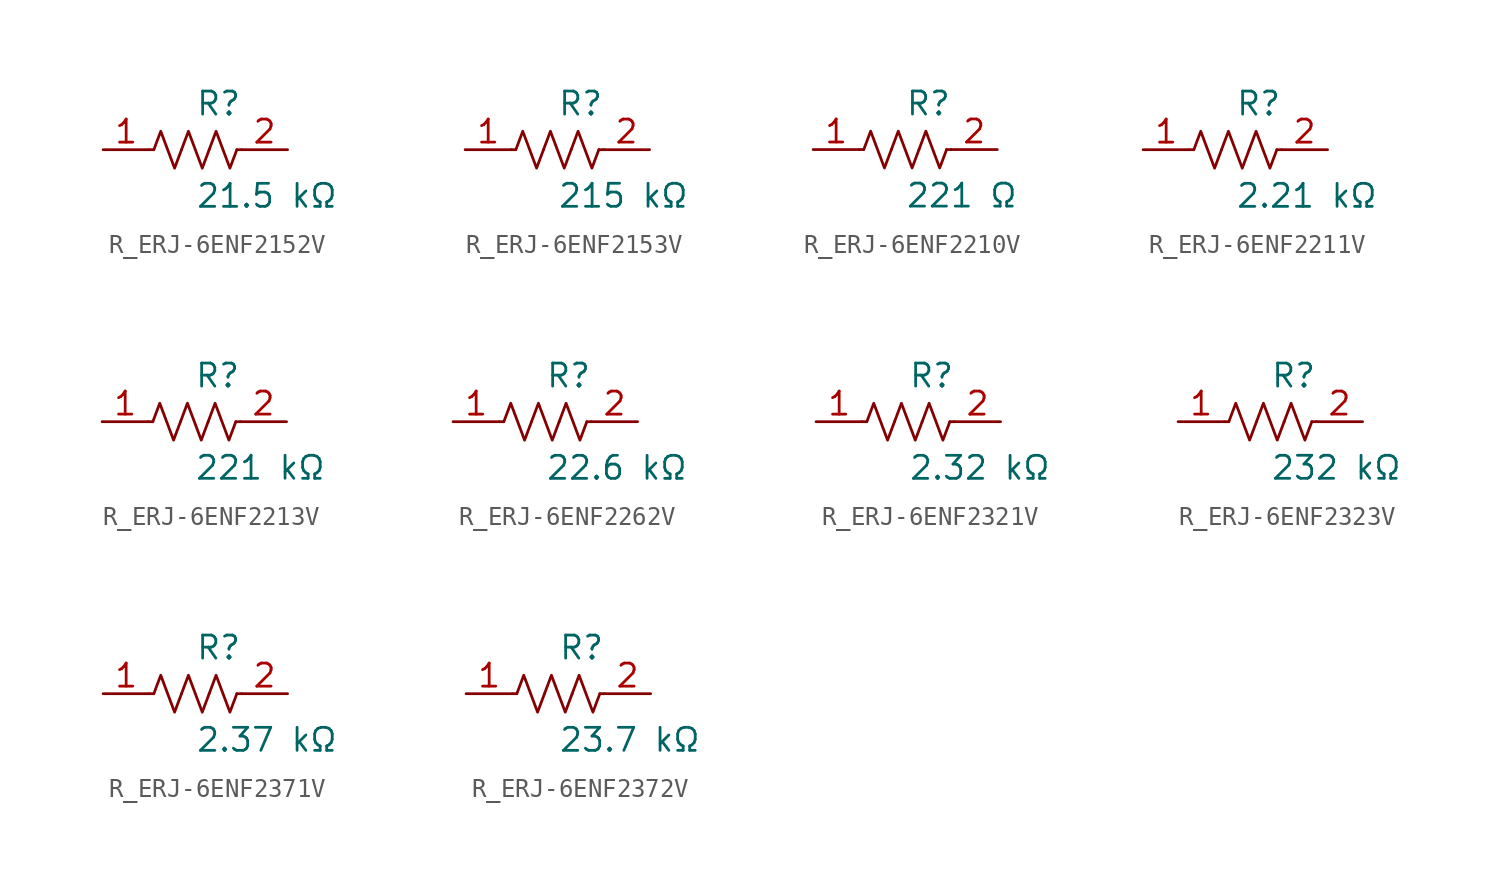
<source format=kicad_sym>
(kicad_symbol_lib
  (version 20231120)
  (generator kicad_symbol_editor)
  (generator_version 8.0)
  (symbol "R_ERJ-6ENF2152V"
    (pin_names
      (offset 0.254))
    (property "Reference" "R"
      (at 0.0 2.54 0)
      (effects (font (size 1.27 1.27)) (justify left)))
    (property "Value" "21.5 kΩ"
      (at 0.0 -2.54 0)
      (effects (font (size 1.27 1.27)) (justify left)))
    (symbol "R_ERJ-6ENF2152V_0_1"
      (polyline (pts (xy 2.286 0) (xy 2.54 0)) (stroke (width 0) (type default)) (fill (type none)))
      (polyline (pts (xy -2.286 0) (xy -2.54 0)) (stroke (width 0) (type default)) (fill (type none)))
      (polyline (pts (xy 0.762 0) (xy 1.143 1.016) (xy 1.524 0) (xy 1.905 -1.016) (xy 2.286 0)) (stroke (width 0) (type default)) (fill (type none)))
      (polyline (pts (xy -0.762 0) (xy -0.381 1.016) (xy 0 0) (xy 0.381 -1.016) (xy 0.762 0)) (stroke (width 0) (type default)) (fill (type none)))
      (polyline (pts (xy -2.286 0) (xy -1.905 1.016) (xy -1.524 0) (xy -1.143 -1.016) (xy -0.762 0)) (stroke (width 0) (type default)) (fill (type none))))
    (pin unspecified line
      (at -5.08 0 0)
      (length 2.54)
      (name "" (effects (font (size 1.27 1.27))))
      (number "1" (effects (font (size 1.27 1.27)))))
    (pin unspecified line
      (at 5.08 0 180)
      (length 2.54)
      (name "" (effects (font (size 1.27 1.27))))
      (number "2" (effects (font (size 1.27 1.27))))))
  (symbol "R_ERJ-6ENF2153V"
    (pin_names
      (offset 0.254))
    (property "Reference" "R"
      (at 0.0 2.54 0)
      (effects (font (size 1.27 1.27)) (justify left)))
    (property "Value" "215 kΩ"
      (at 0.0 -2.54 0)
      (effects (font (size 1.27 1.27)) (justify left)))
    (symbol "R_ERJ-6ENF2153V_0_1"
      (polyline (pts (xy 2.286 0) (xy 2.54 0)) (stroke (width 0) (type default)) (fill (type none)))
      (polyline (pts (xy -2.286 0) (xy -2.54 0)) (stroke (width 0) (type default)) (fill (type none)))
      (polyline (pts (xy 0.762 0) (xy 1.143 1.016) (xy 1.524 0) (xy 1.905 -1.016) (xy 2.286 0)) (stroke (width 0) (type default)) (fill (type none)))
      (polyline (pts (xy -0.762 0) (xy -0.381 1.016) (xy 0 0) (xy 0.381 -1.016) (xy 0.762 0)) (stroke (width 0) (type default)) (fill (type none)))
      (polyline (pts (xy -2.286 0) (xy -1.905 1.016) (xy -1.524 0) (xy -1.143 -1.016) (xy -0.762 0)) (stroke (width 0) (type default)) (fill (type none))))
    (pin unspecified line
      (at -5.08 0 0)
      (length 2.54)
      (name "" (effects (font (size 1.27 1.27))))
      (number "1" (effects (font (size 1.27 1.27)))))
    (pin unspecified line
      (at 5.08 0 180)
      (length 2.54)
      (name "" (effects (font (size 1.27 1.27))))
      (number "2" (effects (font (size 1.27 1.27))))))
  (symbol "R_ERJ-6ENF2210V"
    (pin_names
      (offset 0.254))
    (property "Reference" "R"
      (at 0.0 2.54 0)
      (effects (font (size 1.27 1.27)) (justify left)))
    (property "Value" "221 Ω"
      (at 0.0 -2.54 0)
      (effects (font (size 1.27 1.27)) (justify left)))
    (symbol "R_ERJ-6ENF2210V_0_1"
      (polyline (pts (xy 2.286 0) (xy 2.54 0)) (stroke (width 0) (type default)) (fill (type none)))
      (polyline (pts (xy -2.286 0) (xy -2.54 0)) (stroke (width 0) (type default)) (fill (type none)))
      (polyline (pts (xy 0.762 0) (xy 1.143 1.016) (xy 1.524 0) (xy 1.905 -1.016) (xy 2.286 0)) (stroke (width 0) (type default)) (fill (type none)))
      (polyline (pts (xy -0.762 0) (xy -0.381 1.016) (xy 0 0) (xy 0.381 -1.016) (xy 0.762 0)) (stroke (width 0) (type default)) (fill (type none)))
      (polyline (pts (xy -2.286 0) (xy -1.905 1.016) (xy -1.524 0) (xy -1.143 -1.016) (xy -0.762 0)) (stroke (width 0) (type default)) (fill (type none))))
    (pin unspecified line
      (at -5.08 0 0)
      (length 2.54)
      (name "" (effects (font (size 1.27 1.27))))
      (number "1" (effects (font (size 1.27 1.27)))))
    (pin unspecified line
      (at 5.08 0 180)
      (length 2.54)
      (name "" (effects (font (size 1.27 1.27))))
      (number "2" (effects (font (size 1.27 1.27))))))
  (symbol "R_ERJ-6ENF2211V"
    (pin_names
      (offset 0.254))
    (property "Reference" "R"
      (at 0.0 2.54 0)
      (effects (font (size 1.27 1.27)) (justify left)))
    (property "Value" "2.21 kΩ"
      (at 0.0 -2.54 0)
      (effects (font (size 1.27 1.27)) (justify left)))
    (symbol "R_ERJ-6ENF2211V_0_1"
      (polyline (pts (xy 2.286 0) (xy 2.54 0)) (stroke (width 0) (type default)) (fill (type none)))
      (polyline (pts (xy -2.286 0) (xy -2.54 0)) (stroke (width 0) (type default)) (fill (type none)))
      (polyline (pts (xy 0.762 0) (xy 1.143 1.016) (xy 1.524 0) (xy 1.905 -1.016) (xy 2.286 0)) (stroke (width 0) (type default)) (fill (type none)))
      (polyline (pts (xy -0.762 0) (xy -0.381 1.016) (xy 0 0) (xy 0.381 -1.016) (xy 0.762 0)) (stroke (width 0) (type default)) (fill (type none)))
      (polyline (pts (xy -2.286 0) (xy -1.905 1.016) (xy -1.524 0) (xy -1.143 -1.016) (xy -0.762 0)) (stroke (width 0) (type default)) (fill (type none))))
    (pin unspecified line
      (at -5.08 0 0)
      (length 2.54)
      (name "" (effects (font (size 1.27 1.27))))
      (number "1" (effects (font (size 1.27 1.27)))))
    (pin unspecified line
      (at 5.08 0 180)
      (length 2.54)
      (name "" (effects (font (size 1.27 1.27))))
      (number "2" (effects (font (size 1.27 1.27))))))
  (symbol "R_ERJ-6ENF2213V"
    (pin_names
      (offset 0.254))
    (property "Reference" "R"
      (at 0.0 2.54 0)
      (effects (font (size 1.27 1.27)) (justify left)))
    (property "Value" "221 kΩ"
      (at 0.0 -2.54 0)
      (effects (font (size 1.27 1.27)) (justify left)))
    (symbol "R_ERJ-6ENF2213V_0_1"
      (polyline (pts (xy 2.286 0) (xy 2.54 0)) (stroke (width 0) (type default)) (fill (type none)))
      (polyline (pts (xy -2.286 0) (xy -2.54 0)) (stroke (width 0) (type default)) (fill (type none)))
      (polyline (pts (xy 0.762 0) (xy 1.143 1.016) (xy 1.524 0) (xy 1.905 -1.016) (xy 2.286 0)) (stroke (width 0) (type default)) (fill (type none)))
      (polyline (pts (xy -0.762 0) (xy -0.381 1.016) (xy 0 0) (xy 0.381 -1.016) (xy 0.762 0)) (stroke (width 0) (type default)) (fill (type none)))
      (polyline (pts (xy -2.286 0) (xy -1.905 1.016) (xy -1.524 0) (xy -1.143 -1.016) (xy -0.762 0)) (stroke (width 0) (type default)) (fill (type none))))
    (pin unspecified line
      (at -5.08 0 0)
      (length 2.54)
      (name "" (effects (font (size 1.27 1.27))))
      (number "1" (effects (font (size 1.27 1.27)))))
    (pin unspecified line
      (at 5.08 0 180)
      (length 2.54)
      (name "" (effects (font (size 1.27 1.27))))
      (number "2" (effects (font (size 1.27 1.27))))))
  (symbol "R_ERJ-6ENF2262V"
    (pin_names
      (offset 0.254))
    (property "Reference" "R"
      (at 0.0 2.54 0)
      (effects (font (size 1.27 1.27)) (justify left)))
    (property "Value" "22.6 kΩ"
      (at 0.0 -2.54 0)
      (effects (font (size 1.27 1.27)) (justify left)))
    (symbol "R_ERJ-6ENF2262V_0_1"
      (polyline (pts (xy 2.286 0) (xy 2.54 0)) (stroke (width 0) (type default)) (fill (type none)))
      (polyline (pts (xy -2.286 0) (xy -2.54 0)) (stroke (width 0) (type default)) (fill (type none)))
      (polyline (pts (xy 0.762 0) (xy 1.143 1.016) (xy 1.524 0) (xy 1.905 -1.016) (xy 2.286 0)) (stroke (width 0) (type default)) (fill (type none)))
      (polyline (pts (xy -0.762 0) (xy -0.381 1.016) (xy 0 0) (xy 0.381 -1.016) (xy 0.762 0)) (stroke (width 0) (type default)) (fill (type none)))
      (polyline (pts (xy -2.286 0) (xy -1.905 1.016) (xy -1.524 0) (xy -1.143 -1.016) (xy -0.762 0)) (stroke (width 0) (type default)) (fill (type none))))
    (pin unspecified line
      (at -5.08 0 0)
      (length 2.54)
      (name "" (effects (font (size 1.27 1.27))))
      (number "1" (effects (font (size 1.27 1.27)))))
    (pin unspecified line
      (at 5.08 0 180)
      (length 2.54)
      (name "" (effects (font (size 1.27 1.27))))
      (number "2" (effects (font (size 1.27 1.27))))))
  (symbol "R_ERJ-6ENF2321V"
    (pin_names
      (offset 0.254))
    (property "Reference" "R"
      (at 0.0 2.54 0)
      (effects (font (size 1.27 1.27)) (justify left)))
    (property "Value" "2.32 kΩ"
      (at 0.0 -2.54 0)
      (effects (font (size 1.27 1.27)) (justify left)))
    (symbol "R_ERJ-6ENF2321V_0_1"
      (polyline (pts (xy 2.286 0) (xy 2.54 0)) (stroke (width 0) (type default)) (fill (type none)))
      (polyline (pts (xy -2.286 0) (xy -2.54 0)) (stroke (width 0) (type default)) (fill (type none)))
      (polyline (pts (xy 0.762 0) (xy 1.143 1.016) (xy 1.524 0) (xy 1.905 -1.016) (xy 2.286 0)) (stroke (width 0) (type default)) (fill (type none)))
      (polyline (pts (xy -0.762 0) (xy -0.381 1.016) (xy 0 0) (xy 0.381 -1.016) (xy 0.762 0)) (stroke (width 0) (type default)) (fill (type none)))
      (polyline (pts (xy -2.286 0) (xy -1.905 1.016) (xy -1.524 0) (xy -1.143 -1.016) (xy -0.762 0)) (stroke (width 0) (type default)) (fill (type none))))
    (pin unspecified line
      (at -5.08 0 0)
      (length 2.54)
      (name "" (effects (font (size 1.27 1.27))))
      (number "1" (effects (font (size 1.27 1.27)))))
    (pin unspecified line
      (at 5.08 0 180)
      (length 2.54)
      (name "" (effects (font (size 1.27 1.27))))
      (number "2" (effects (font (size 1.27 1.27))))))
  (symbol "R_ERJ-6ENF2323V"
    (pin_names
      (offset 0.254))
    (property "Reference" "R"
      (at 0.0 2.54 0)
      (effects (font (size 1.27 1.27)) (justify left)))
    (property "Value" "232 kΩ"
      (at 0.0 -2.54 0)
      (effects (font (size 1.27 1.27)) (justify left)))
    (symbol "R_ERJ-6ENF2323V_0_1"
      (polyline (pts (xy 2.286 0) (xy 2.54 0)) (stroke (width 0) (type default)) (fill (type none)))
      (polyline (pts (xy -2.286 0) (xy -2.54 0)) (stroke (width 0) (type default)) (fill (type none)))
      (polyline (pts (xy 0.762 0) (xy 1.143 1.016) (xy 1.524 0) (xy 1.905 -1.016) (xy 2.286 0)) (stroke (width 0) (type default)) (fill (type none)))
      (polyline (pts (xy -0.762 0) (xy -0.381 1.016) (xy 0 0) (xy 0.381 -1.016) (xy 0.762 0)) (stroke (width 0) (type default)) (fill (type none)))
      (polyline (pts (xy -2.286 0) (xy -1.905 1.016) (xy -1.524 0) (xy -1.143 -1.016) (xy -0.762 0)) (stroke (width 0) (type default)) (fill (type none))))
    (pin unspecified line
      (at -5.08 0 0)
      (length 2.54)
      (name "" (effects (font (size 1.27 1.27))))
      (number "1" (effects (font (size 1.27 1.27)))))
    (pin unspecified line
      (at 5.08 0 180)
      (length 2.54)
      (name "" (effects (font (size 1.27 1.27))))
      (number "2" (effects (font (size 1.27 1.27))))))
  (symbol "R_ERJ-6ENF2371V"
    (pin_names
      (offset 0.254))
    (property "Reference" "R"
      (at 0.0 2.54 0)
      (effects (font (size 1.27 1.27)) (justify left)))
    (property "Value" "2.37 kΩ"
      (at 0.0 -2.54 0)
      (effects (font (size 1.27 1.27)) (justify left)))
    (symbol "R_ERJ-6ENF2371V_0_1"
      (polyline (pts (xy 2.286 0) (xy 2.54 0)) (stroke (width 0) (type default)) (fill (type none)))
      (polyline (pts (xy -2.286 0) (xy -2.54 0)) (stroke (width 0) (type default)) (fill (type none)))
      (polyline (pts (xy 0.762 0) (xy 1.143 1.016) (xy 1.524 0) (xy 1.905 -1.016) (xy 2.286 0)) (stroke (width 0) (type default)) (fill (type none)))
      (polyline (pts (xy -0.762 0) (xy -0.381 1.016) (xy 0 0) (xy 0.381 -1.016) (xy 0.762 0)) (stroke (width 0) (type default)) (fill (type none)))
      (polyline (pts (xy -2.286 0) (xy -1.905 1.016) (xy -1.524 0) (xy -1.143 -1.016) (xy -0.762 0)) (stroke (width 0) (type default)) (fill (type none))))
    (pin unspecified line
      (at -5.08 0 0)
      (length 2.54)
      (name "" (effects (font (size 1.27 1.27))))
      (number "1" (effects (font (size 1.27 1.27)))))
    (pin unspecified line
      (at 5.08 0 180)
      (length 2.54)
      (name "" (effects (font (size 1.27 1.27))))
      (number "2" (effects (font (size 1.27 1.27))))))
  (symbol "R_ERJ-6ENF2372V"
    (pin_names
      (offset 0.254))
    (property "Reference" "R"
      (at 0.0 2.54 0)
      (effects (font (size 1.27 1.27)) (justify left)))
    (property "Value" "23.7 kΩ"
      (at 0.0 -2.54 0)
      (effects (font (size 1.27 1.27)) (justify left)))
    (symbol "R_ERJ-6ENF2372V_0_1"
      (polyline (pts (xy 2.286 0) (xy 2.54 0)) (stroke (width 0) (type default)) (fill (type none)))
      (polyline (pts (xy -2.286 0) (xy -2.54 0)) (stroke (width 0) (type default)) (fill (type none)))
      (polyline (pts (xy 0.762 0) (xy 1.143 1.016) (xy 1.524 0) (xy 1.905 -1.016) (xy 2.286 0)) (stroke (width 0) (type default)) (fill (type none)))
      (polyline (pts (xy -0.762 0) (xy -0.381 1.016) (xy 0 0) (xy 0.381 -1.016) (xy 0.762 0)) (stroke (width 0) (type default)) (fill (type none)))
      (polyline (pts (xy -2.286 0) (xy -1.905 1.016) (xy -1.524 0) (xy -1.143 -1.016) (xy -0.762 0)) (stroke (width 0) (type default)) (fill (type none))))
    (pin unspecified line
      (at -5.08 0 0)
      (length 2.54)
      (name "" (effects (font (size 1.27 1.27))))
      (number "1" (effects (font (size 1.27 1.27)))))
    (pin unspecified line
      (at 5.08 0 180)
      (length 2.54)
      (name "" (effects (font (size 1.27 1.27))))
      (number "2" (effects (font (size 1.27 1.27)))))))
</source>
